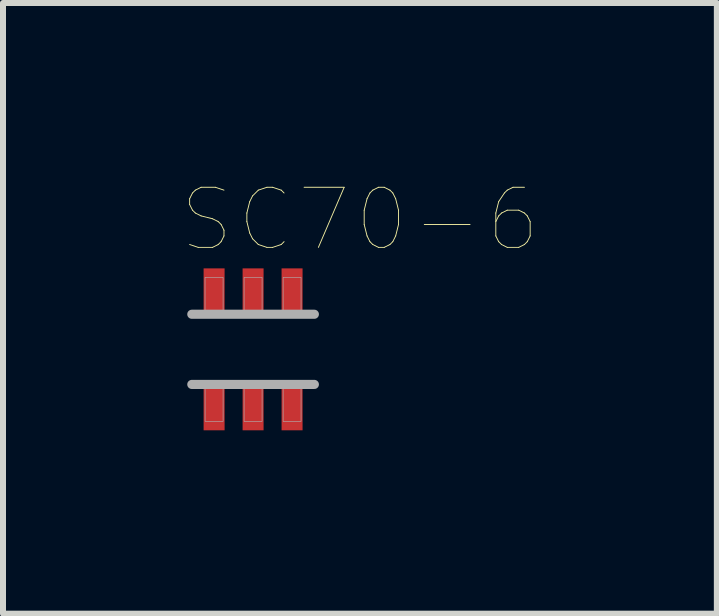
<source format=kicad_pcb>
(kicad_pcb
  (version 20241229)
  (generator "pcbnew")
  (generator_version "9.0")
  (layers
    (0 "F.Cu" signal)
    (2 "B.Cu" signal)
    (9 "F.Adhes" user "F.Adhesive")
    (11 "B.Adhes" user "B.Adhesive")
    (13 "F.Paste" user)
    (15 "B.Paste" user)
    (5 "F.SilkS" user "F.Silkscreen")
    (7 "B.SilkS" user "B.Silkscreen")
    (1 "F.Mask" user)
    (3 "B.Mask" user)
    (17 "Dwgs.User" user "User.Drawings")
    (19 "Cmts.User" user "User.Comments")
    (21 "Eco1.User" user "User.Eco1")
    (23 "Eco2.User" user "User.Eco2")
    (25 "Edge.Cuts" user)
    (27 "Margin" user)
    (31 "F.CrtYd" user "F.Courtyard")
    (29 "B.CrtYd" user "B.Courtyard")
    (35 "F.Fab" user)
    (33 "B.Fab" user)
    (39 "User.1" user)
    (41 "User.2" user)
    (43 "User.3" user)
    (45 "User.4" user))
  (footprint "SC70-6"
    (layer "F.Cu")
    (at 1.17 2.775)
    (property "Reference" "SC70-6" (at 1.781 -2.163 0) (layer "F.SilkS") (effects (font (size 1.002 1.002) (thickness 0.015))))
    (attr through_hole)
    (fp_poly (pts (xy -0.876 -1.4) (xy -0.425 -1.4) (xy -0.425 -0.501) (xy -0.876 -0.501)) (stroke (width 0.01) (type solid)) (fill yes) (layer "F.Mask"))
    (fp_poly (pts (xy -0.876 0.5) (xy -0.425 0.5) (xy -0.425 1.402) (xy -0.876 1.402)) (stroke (width 0.01) (type solid)) (fill yes) (layer "F.Mask"))
    (fp_poly (pts (xy -0.225 0.5) (xy 0.225 0.5) (xy 0.225 1.401) (xy -0.225 1.401)) (stroke (width 0.01) (type solid)) (fill yes) (layer "F.Mask"))
    (fp_poly (pts (xy -0.225 -1.4) (xy 0.225 -1.4) (xy 0.225 -0.5) (xy -0.225 -0.5)) (stroke (width 0.01) (type solid)) (fill yes) (layer "F.Mask"))
    (fp_poly (pts (xy 0.425 0.5) (xy 0.875 0.5) (xy 0.875 1.401) (xy 0.425 1.401)) (stroke (width 0.01) (type solid)) (fill yes) (layer "F.Mask"))
    (fp_poly (pts (xy 0.426 -1.4) (xy 0.875 -1.4) (xy 0.875 -0.501) (xy 0.426 -0.501)) (stroke (width 0.01) (type solid)) (fill yes) (layer "F.Mask"))
    (fp_poly (pts (xy -0.803 -1.325) (xy -0.5 -1.325) (xy -0.5 -0.577) (xy -0.803 -0.577)) (stroke (width 0.01) (type solid)) (fill yes) (layer "F.Paste"))
    (fp_poly (pts (xy -0.801 0.575) (xy -0.5 0.575) (xy -0.5 1.327) (xy -0.801 1.327)) (stroke (width 0.01) (type solid)) (fill yes) (layer "F.Paste"))
    (fp_poly (pts (xy -0.15 0.575) (xy 0.15 0.575) (xy 0.15 1.327) (xy -0.15 1.327)) (stroke (width 0.01) (type solid)) (fill yes) (layer "F.Paste"))
    (fp_poly (pts (xy -0.15 -1.325) (xy 0.15 -1.325) (xy 0.15 -0.576) (xy -0.15 -0.576)) (stroke (width 0.01) (type solid)) (fill yes) (layer "F.Paste"))
    (fp_poly (pts (xy 0.501 0.575) (xy 0.8 0.575) (xy 0.8 1.328) (xy 0.501 1.328)) (stroke (width 0.01) (type solid)) (fill yes) (layer "F.Paste"))
    (fp_poly (pts (xy 0.501 -1.325) (xy 0.8 -1.325) (xy 0.8 -0.577) (xy 0.501 -0.577)) (stroke (width 0.01) (type solid)) (fill yes) (layer "F.Paste"))
    (fp_line (start -1.022 -0.585) (end 1.022 -0.585) (stroke (width 0.152) (type solid)) (layer "F.Fab"))
    (fp_line (start 1.022 0.585) (end -1.022 0.585) (stroke (width 0.152) (type solid)) (layer "F.Fab"))
    (fp_poly (pts (xy -0.801 -1.2) (xy -0.5 -1.2) (xy -0.5 -0.626) (xy -0.801 -0.626)) (stroke (width 0.01) (type solid)) (fill no) (layer "F.Fab"))
    (fp_poly (pts (xy -0.8 0.625) (xy -0.5 0.625) (xy -0.5 1.201) (xy -0.8 1.201)) (stroke (width 0.01) (type solid)) (fill no) (layer "F.Fab"))
    (fp_poly (pts (xy -0.15 -1.2) (xy 0.15 -1.2) (xy 0.15 -0.626) (xy -0.15 -0.626)) (stroke (width 0.01) (type solid)) (fill no) (layer "F.Fab"))
    (fp_poly (pts (xy -0.15 0.625) (xy 0.15 0.625) (xy 0.15 1.202) (xy -0.15 1.202)) (stroke (width 0.01) (type solid)) (fill no) (layer "F.Fab"))
    (fp_poly (pts (xy 0.501 0.625) (xy 0.8 0.625) (xy 0.8 1.202) (xy 0.501 1.202)) (stroke (width 0.01) (type solid)) (fill no) (layer "F.Fab"))
    (fp_poly (pts (xy 0.501 -1.2) (xy 0.8 -1.2) (xy 0.8 -0.626) (xy 0.501 -0.626)) (stroke (width 0.01) (type solid)) (fill no) (layer "F.Fab"))
    (pad "1" smd rect (at -0.65 0.95) (size 0.35 0.8) (layers "F.Cu"))
    (pad "2" smd rect (at 0 0.95) (size 0.35 0.8) (layers "F.Cu"))
    (pad "3" smd rect (at 0.65 0.95) (size 0.35 0.8) (layers "F.Cu"))
    (pad "4" smd rect (at 0.65 -0.95) (size 0.35 0.8) (layers "F.Cu"))
    (pad "5" smd rect (at 0 -0.95) (size 0.35 0.8) (layers "F.Cu"))
    (pad "6" smd rect (at -0.65 -0.95) (size 0.35 0.8) (layers "F.Cu")))
  (gr_rect
    (start -3 -3)
    (end 8.903 7.182)
    (stroke (width 0.1) (type default))
    (fill no)
    (layer "Edge.Cuts")))
</source>
